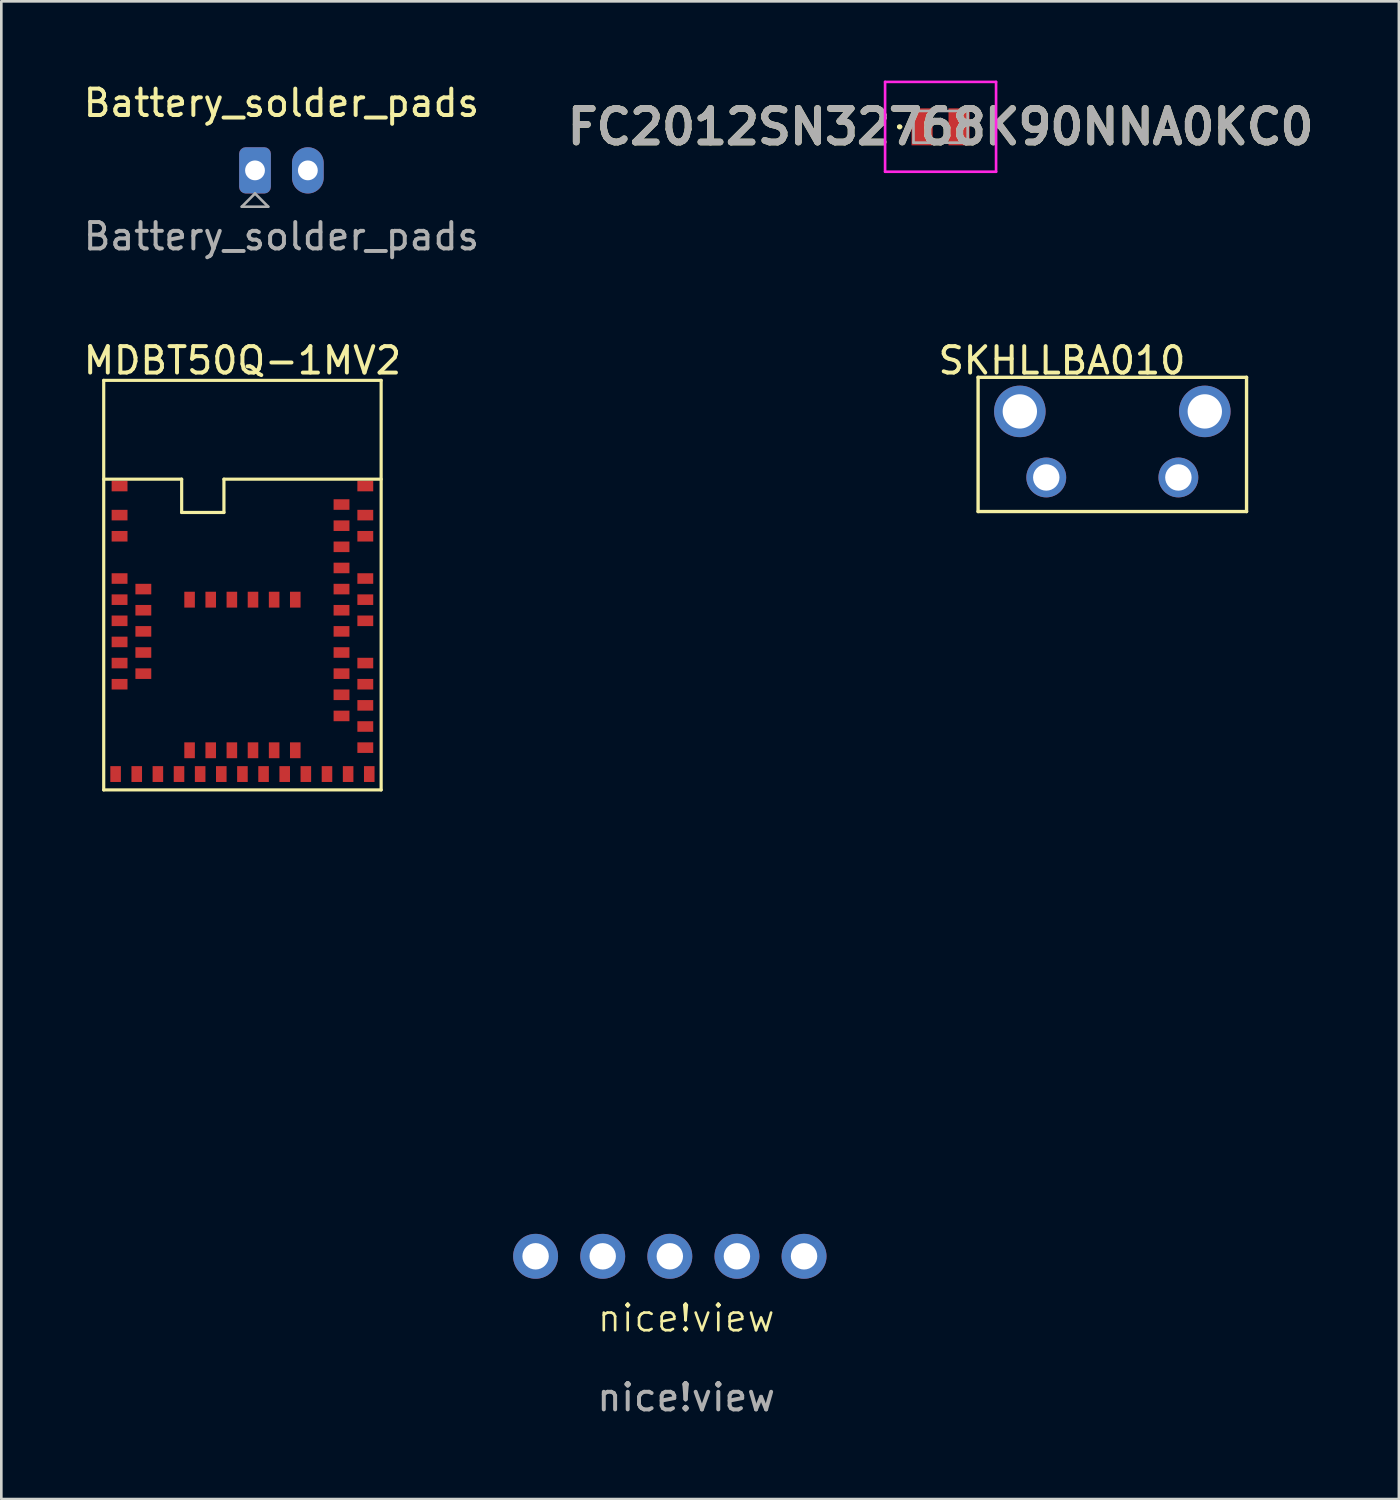
<source format=kicad_pcb>
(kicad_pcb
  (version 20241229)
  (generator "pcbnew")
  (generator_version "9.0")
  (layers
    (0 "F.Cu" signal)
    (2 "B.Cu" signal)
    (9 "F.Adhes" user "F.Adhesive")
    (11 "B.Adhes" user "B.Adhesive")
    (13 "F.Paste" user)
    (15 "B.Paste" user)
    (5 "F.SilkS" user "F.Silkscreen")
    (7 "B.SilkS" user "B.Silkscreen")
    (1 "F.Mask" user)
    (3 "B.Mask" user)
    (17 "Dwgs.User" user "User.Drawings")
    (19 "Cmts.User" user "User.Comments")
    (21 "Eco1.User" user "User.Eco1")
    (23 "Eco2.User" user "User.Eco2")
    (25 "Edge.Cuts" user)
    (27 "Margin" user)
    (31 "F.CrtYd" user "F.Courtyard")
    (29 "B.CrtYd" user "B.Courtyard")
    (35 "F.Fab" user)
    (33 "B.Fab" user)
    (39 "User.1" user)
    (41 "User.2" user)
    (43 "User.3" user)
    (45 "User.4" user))
  (footprint "Battery_solder_pads"
    (layer "F.Cu")
    (at 6.601 3.398)
    (property "Reference" "Battery_solder_pads" (at 1 -2.55 0) (layer "F.SilkS") (effects (font (size 1 1) (thickness 0.15))))
    (attr through_hole)
    (fp_line (start -0.5 1.375) (end 0.5 1.375) (stroke (width 0.1) (type solid)) (layer "F.Fab"))
    (fp_line (start 0 0.875) (end -0.5 1.375) (stroke (width 0.1) (type solid)) (layer "F.Fab"))
    (fp_line (start 0.5 1.375) (end 0 0.875) (stroke (width 0.1) (type solid)) (layer "F.Fab"))
    (fp_text user "${REFERENCE}" (at 1 2.5 0) (layer "F.Fab") (effects (font (size 1 1) (thickness 0.15))))
    (pad "1" thru_hole roundrect (at 0 0) (size 1.2 1.75) (drill 0.75) (layers "*.Cu" "*.Mask") (roundrect_rratio 0.208))
    (pad "2" thru_hole oval (at 2 0) (size 1.2 1.75) (drill 0.75) (layers "*.Cu" "*.Mask")))
  (footprint "nice!view"
    (layer "F.Cu")
    (at 17.22 44.496)
    (property "Reference" "nice!view" (at 5.7 2.339 0) (unlocked yes) (layer "F.SilkS") (effects (font (size 1 1) (thickness 0.1))))
    (attr through_hole)
    (fp_line (start 5.08 -34.7) (end 5.08 -34.29) (stroke (width 0.1) (type default)) (layer "User.1"))
    (fp_rect (start -1.92 -34.7) (end 12.08 1.3) (stroke (width 0.1) (type default)) (fill no) (layer "User.1"))
    (fp_text user "${REFERENCE}" (at 5.7 5.339 0) (unlocked yes) (layer "F.Fab") (effects (font (size 1 1) (thickness 0.15))))
    (pad "1" thru_hole circle (at 0 0) (size 1.7 1.7) (drill 1) (layers "*.Cu" "*.Mask"))
    (pad "2" thru_hole circle (at 2.54 0) (size 1.7 1.7) (drill 1) (layers "*.Cu" "*.Mask"))
    (pad "3" thru_hole circle (at 5.08 0) (size 1.7 1.7) (drill 1) (layers "*.Cu" "*.Mask"))
    (pad "4" thru_hole circle (at 7.62 0) (size 1.7 1.7) (drill 1) (property pad_prop_heatsink) (layers "*.Cu" "*.Mask"))
    (pad "5" thru_hole circle (at 10.16 0) (size 1.7 1.7) (drill 1) (layers "*.Cu" "*.Mask")))
  (footprint "SKHLLBA010"
    (layer "F.Cu")
    (at 39.047 13.77)
    (property "Reference" "SKHLLBA010" (at -1.905 -3.175 0) (layer "F.SilkS") (effects (font (size 1 1) (thickness 0.15))))
    (attr through_hole)
    (fp_line (start -5.08 -2.54) (end 5.08 -2.54) (stroke (width 0.127) (type solid)) (layer "F.SilkS"))
    (fp_line (start -5.08 2.54) (end -5.08 -2.54) (stroke (width 0.127) (type solid)) (layer "F.SilkS"))
    (fp_line (start 5.08 -2.54) (end 5.08 2.54) (stroke (width 0.127) (type solid)) (layer "F.SilkS"))
    (fp_line (start 5.08 2.54) (end -5.08 2.54) (stroke (width 0.127) (type solid)) (layer "F.SilkS"))
    (pad "1" thru_hole circle (at -2.5 1.25) (size 1.508 1.508) (drill 1) (layers "*.Cu" "*.Mask"))
    (pad "2" thru_hole circle (at 2.5 1.25) (size 1.508 1.508) (drill 1) (layers "*.Cu" "*.Mask"))
    (pad "3" thru_hole circle (at -3.5 -1.25) (size 1.95 1.95) (drill 1.3) (layers "*.Cu" "*.Mask"))
    (pad "4" thru_hole circle (at 3.5 -1.25) (size 1.95 1.95) (drill 1.3) (layers "*.Cu" "*.Mask")))
  (footprint "FC2012SN32768K90NNA0KC0"
    (layer "F.Cu")
    (at 32.547 1.75)
    (property "Reference" "FC2012SN32768K90NNA0KC0" (at 0 0 0) (layer "F.SilkS") (effects (font (size 1.27 1.27) (thickness 0.254))))
    (attr smd)
    (fp_line (start -1.6 0) (end -1.6 0) (stroke (width 0.1) (type solid)) (layer "F.SilkS"))
    (fp_line (start -1.5 0) (end -1.5 0) (stroke (width 0.1) (type solid)) (layer "F.SilkS"))
    (fp_arc (start -1.6 0) (mid -1.55 -0.05) (end -1.5 0) (stroke (width 0.1) (type solid)) (layer "F.SilkS"))
    (fp_arc (start -1.5 0) (mid -1.55 0.05) (end -1.6 0) (stroke (width 0.1) (type solid)) (layer "F.SilkS"))
    (fp_line (start -2.1 -1.7) (end 2.1 -1.7) (stroke (width 0.1) (type solid)) (layer "F.CrtYd"))
    (fp_line (start -2.1 1.7) (end -2.1 -1.7) (stroke (width 0.1) (type solid)) (layer "F.CrtYd"))
    (fp_line (start 2.1 -1.7) (end 2.1 1.7) (stroke (width 0.1) (type solid)) (layer "F.CrtYd"))
    (fp_line (start 2.1 1.7) (end -2.1 1.7) (stroke (width 0.1) (type solid)) (layer "F.CrtYd"))
    (fp_line (start -1.025 -0.6) (end 1.025 -0.6) (stroke (width 0.1) (type solid)) (layer "F.Fab"))
    (fp_line (start -1.025 0.6) (end -1.025 -0.6) (stroke (width 0.1) (type solid)) (layer "F.Fab"))
    (fp_line (start 1.025 -0.6) (end 1.025 0.6) (stroke (width 0.1) (type solid)) (layer "F.Fab"))
    (fp_line (start 1.025 0.6) (end -1.025 0.6) (stroke (width 0.1) (type solid)) (layer "F.Fab"))
    (fp_text user "${REFERENCE}" (at 0 0 0) (layer "F.Fab") (effects (font (size 1.27 1.27) (thickness 0.254))))
    (pad "1" smd rect (at -0.7 0) (size 0.8 1.4) (layers "F.Cu" "F.Mask" "F.Paste"))
    (pad "2" smd rect (at 0.7 0) (size 0.8 1.4) (layers "F.Cu" "F.Mask" "F.Paste")))
  (footprint "MDBT50Q-1MV2"
    (layer "F.Cu")
    (at 0.875 26.845)
    (property "Reference" "MDBT50Q-1MV2" (at 5.25 -16.25 0) (layer "F.SilkS") (effects (font (size 1 1) (thickness 0.15))))
    (attr smd)
    (fp_line (start 0 -15.5) (end 10.5 -15.5) (stroke (width 0.12) (type solid)) (layer "F.SilkS"))
    (fp_line (start 0 0) (end 0 -15.5) (stroke (width 0.12) (type solid)) (layer "F.SilkS"))
    (fp_line (start 2.95 -11.76) (end 0 -11.76) (stroke (width 0.12) (type solid)) (layer "F.SilkS"))
    (fp_line (start 2.95 -11.76) (end 2.95 -10.5) (stroke (width 0.12) (type solid)) (layer "F.SilkS"))
    (fp_line (start 2.95 -10.5) (end 4.55 -10.5) (stroke (width 0.12) (type solid)) (layer "F.SilkS"))
    (fp_line (start 4.55 -11.76) (end 10.5 -11.76) (stroke (width 0.12) (type solid)) (layer "F.SilkS"))
    (fp_line (start 4.55 -10.5) (end 4.55 -11.76) (stroke (width 0.12) (type solid)) (layer "F.SilkS"))
    (fp_line (start 10.5 -15.5) (end 10.5 0) (stroke (width 0.12) (type solid)) (layer "F.SilkS"))
    (fp_line (start 10.5 0) (end 0 0) (stroke (width 0.12) (type solid)) (layer "F.SilkS"))
    (pad "1" smd rect (at 0.6 -11.5) (size 0.6 0.4) (layers "F.Cu" "F.Mask" "F.Paste"))
    (pad "2" smd rect (at 0.6 -10.4) (size 0.6 0.4) (layers "F.Cu" "F.Mask" "F.Paste"))
    (pad "3" smd rect (at 0.6 -9.6) (size 0.6 0.4) (layers "F.Cu" "F.Mask" "F.Paste"))
    (pad "4" smd rect (at 0.6 -8) (size 0.6 0.4) (layers "F.Cu" "F.Mask" "F.Paste"))
    (pad "5" smd rect (at 1.5 -7.6) (size 0.6 0.4) (layers "F.Cu" "F.Mask" "F.Paste"))
    (pad "6" smd rect (at 0.6 -7.2) (size 0.6 0.4) (layers "F.Cu" "F.Mask" "F.Paste"))
    (pad "7" smd rect (at 1.5 -6.8) (size 0.6 0.4) (layers "F.Cu" "F.Mask" "F.Paste"))
    (pad "8" smd rect (at 0.6 -6.4) (size 0.6 0.4) (layers "F.Cu" "F.Mask" "F.Paste"))
    (pad "9" smd rect (at 1.5 -6) (size 0.6 0.4) (layers "F.Cu" "F.Mask" "F.Paste"))
    (pad "10" smd rect (at 0.6 -5.6) (size 0.6 0.4) (layers "F.Cu" "F.Mask" "F.Paste"))
    (pad "11" smd rect (at 1.5 -5.2) (size 0.6 0.4) (layers "F.Cu" "F.Mask" "F.Paste"))
    (pad "12" smd rect (at 0.6 -4.8) (size 0.6 0.4) (layers "F.Cu" "F.Mask" "F.Paste"))
    (pad "13" smd rect (at 1.5 -4.4) (size 0.6 0.4) (layers "F.Cu" "F.Mask" "F.Paste"))
    (pad "14" smd rect (at 0.6 -4) (size 0.6 0.4) (layers "F.Cu" "F.Mask" "F.Paste"))
    (pad "15" smd rect (at 0.45 -0.6) (size 0.4 0.6) (layers "F.Cu" "F.Mask" "F.Paste"))
    (pad "16" smd rect (at 1.25 -0.6) (size 0.4 0.6) (layers "F.Cu" "F.Mask" "F.Paste"))
    (pad "17" smd rect (at 2.05 -0.6) (size 0.4 0.6) (layers "F.Cu" "F.Mask" "F.Paste"))
    (pad "18" smd rect (at 2.85 -0.6) (size 0.4 0.6) (layers "F.Cu" "F.Mask" "F.Paste"))
    (pad "19" smd rect (at 3.25 -1.5) (size 0.4 0.6) (layers "F.Cu" "F.Mask" "F.Paste"))
    (pad "20" smd rect (at 3.65 -0.6) (size 0.4 0.6) (layers "F.Cu" "F.Mask" "F.Paste"))
    (pad "21" smd rect (at 4.05 -1.5) (size 0.4 0.6) (layers "F.Cu" "F.Mask" "F.Paste"))
    (pad "22" smd rect (at 4.45 -0.6) (size 0.4 0.6) (layers "F.Cu" "F.Mask" "F.Paste"))
    (pad "23" smd rect (at 4.85 -1.5) (size 0.4 0.6) (layers "F.Cu" "F.Mask" "F.Paste"))
    (pad "24" smd rect (at 5.25 -0.6) (size 0.4 0.6) (layers "F.Cu" "F.Mask" "F.Paste"))
    (pad "25" smd rect (at 5.65 -1.5) (size 0.4 0.6) (layers "F.Cu" "F.Mask" "F.Paste"))
    (pad "26" smd rect (at 6.05 -0.6) (size 0.4 0.6) (layers "F.Cu" "F.Mask" "F.Paste"))
    (pad "27" smd rect (at 6.45 -1.5) (size 0.4 0.6) (layers "F.Cu" "F.Mask" "F.Paste"))
    (pad "28" smd rect (at 6.85 -0.6) (size 0.4 0.6) (layers "F.Cu" "F.Mask" "F.Paste"))
    (pad "29" smd rect (at 7.25 -1.5) (size 0.4 0.6) (layers "F.Cu" "F.Mask" "F.Paste"))
    (pad "30" smd rect (at 7.65 -0.6) (size 0.4 0.6) (layers "F.Cu" "F.Mask" "F.Paste"))
    (pad "31" smd rect (at 8.45 -0.6) (size 0.4 0.6) (layers "F.Cu" "F.Mask" "F.Paste"))
    (pad "32" smd rect (at 9.25 -0.6) (size 0.4 0.6) (layers "F.Cu" "F.Mask" "F.Paste"))
    (pad "33" smd rect (at 10.05 -0.6) (size 0.4 0.6) (layers "F.Cu" "F.Mask" "F.Paste"))
    (pad "34" smd rect (at 9.9 -1.6) (size 0.6 0.4) (layers "F.Cu" "F.Mask" "F.Paste"))
    (pad "35" smd rect (at 9.9 -2.4) (size 0.6 0.4) (layers "F.Cu" "F.Mask" "F.Paste"))
    (pad "36" smd rect (at 9 -2.8) (size 0.6 0.4) (layers "F.Cu" "F.Mask" "F.Paste"))
    (pad "37" smd rect (at 9.9 -3.2) (size 0.6 0.4) (layers "F.Cu" "F.Mask" "F.Paste"))
    (pad "38" smd rect (at 9 -3.6) (size 0.6 0.4) (layers "F.Cu" "F.Mask" "F.Paste"))
    (pad "39" smd rect (at 9.9 -4) (size 0.6 0.4) (layers "F.Cu" "F.Mask" "F.Paste"))
    (pad "40" smd rect (at 9 -4.4) (size 0.6 0.4) (layers "F.Cu" "F.Mask" "F.Paste"))
    (pad "41" smd rect (at 9.9 -4.8) (size 0.6 0.4) (layers "F.Cu" "F.Mask" "F.Paste"))
    (pad "42" smd rect (at 9 -5.2) (size 0.6 0.4) (layers "F.Cu" "F.Mask" "F.Paste"))
    (pad "43" smd rect (at 9 -6) (size 0.6 0.4) (layers "F.Cu" "F.Mask" "F.Paste"))
    (pad "44" smd rect (at 9.9 -6.4) (size 0.6 0.4) (layers "F.Cu" "F.Mask" "F.Paste"))
    (pad "45" smd rect (at 9 -6.8) (size 0.6 0.4) (layers "F.Cu" "F.Mask" "F.Paste"))
    (pad "46" smd rect (at 9.9 -7.2) (size 0.6 0.4) (layers "F.Cu" "F.Mask" "F.Paste"))
    (pad "47" smd rect (at 9 -7.6) (size 0.6 0.4) (layers "F.Cu" "F.Mask" "F.Paste"))
    (pad "48" smd rect (at 9.9 -8) (size 0.6 0.4) (layers "F.Cu" "F.Mask" "F.Paste"))
    (pad "49" smd rect (at 9 -8.4) (size 0.6 0.4) (layers "F.Cu" "F.Mask" "F.Paste"))
    (pad "50" smd rect (at 9 -9.2) (size 0.6 0.4) (layers "F.Cu" "F.Mask" "F.Paste"))
    (pad "51" smd rect (at 9.9 -9.6) (size 0.6 0.4) (layers "F.Cu" "F.Mask" "F.Paste"))
    (pad "52" smd rect (at 9 -10) (size 0.6 0.4) (layers "F.Cu" "F.Mask" "F.Paste"))
    (pad "53" smd rect (at 9.9 -10.4) (size 0.6 0.4) (layers "F.Cu" "F.Mask" "F.Paste"))
    (pad "54" smd rect (at 9 -10.8) (size 0.6 0.4) (layers "F.Cu" "F.Mask" "F.Paste"))
    (pad "55" smd rect (at 9.9 -11.5) (size 0.6 0.4) (layers "F.Cu" "F.Mask" "F.Paste"))
    (pad "56" smd rect (at 3.25 -7.2) (size 0.4 0.6) (layers "F.Cu" "F.Mask" "F.Paste"))
    (pad "57" smd rect (at 4.05 -7.2) (size 0.4 0.6) (layers "F.Cu" "F.Mask" "F.Paste"))
    (pad "58" smd rect (at 4.85 -7.2) (size 0.4 0.6) (layers "F.Cu" "F.Mask" "F.Paste"))
    (pad "59" smd rect (at 5.65 -7.2) (size 0.4 0.6) (layers "F.Cu" "F.Mask" "F.Paste"))
    (pad "60" smd rect (at 6.45 -7.2) (size 0.4 0.6) (layers "F.Cu" "F.Mask" "F.Paste"))
    (pad "61" smd rect (at 7.25 -7.2) (size 0.4 0.6) (layers "F.Cu" "F.Mask" "F.Paste")))
  (gr_rect
    (start -3 -3)
    (end 49.892 53.683)
    (stroke (width 0.1) (type default))
    (fill no)
    (layer "Edge.Cuts")))
</source>
